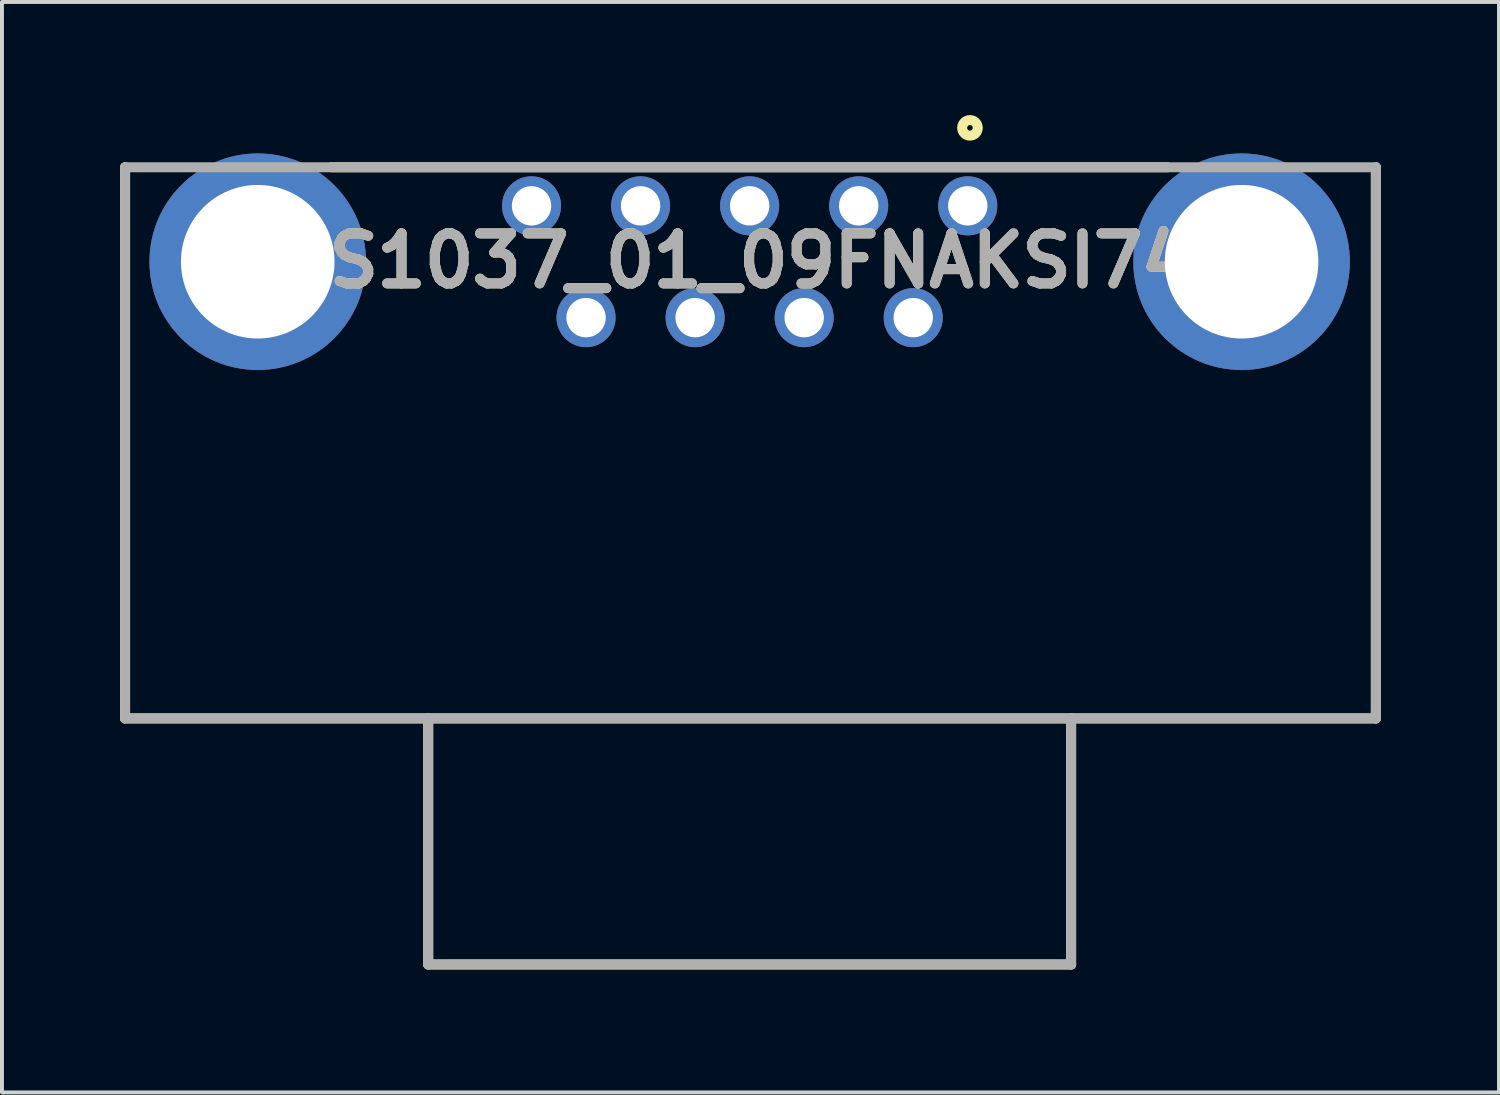
<source format=kicad_pcb>
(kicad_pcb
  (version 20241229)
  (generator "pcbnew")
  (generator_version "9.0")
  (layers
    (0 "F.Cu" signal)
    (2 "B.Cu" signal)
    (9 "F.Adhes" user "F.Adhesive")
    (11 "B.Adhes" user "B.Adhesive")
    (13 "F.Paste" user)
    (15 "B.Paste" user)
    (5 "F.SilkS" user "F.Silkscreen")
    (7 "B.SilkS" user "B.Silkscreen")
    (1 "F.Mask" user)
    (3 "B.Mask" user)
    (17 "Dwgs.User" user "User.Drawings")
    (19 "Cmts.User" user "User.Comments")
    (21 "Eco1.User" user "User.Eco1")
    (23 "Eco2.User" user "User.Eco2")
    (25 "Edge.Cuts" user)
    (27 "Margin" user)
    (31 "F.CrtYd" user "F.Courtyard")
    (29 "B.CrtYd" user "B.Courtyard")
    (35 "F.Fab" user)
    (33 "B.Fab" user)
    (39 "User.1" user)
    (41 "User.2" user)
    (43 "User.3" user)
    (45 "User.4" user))
  (footprint "DS1037_01_09FNAKSI74"
    (layer "F.Cu")
    (at 15.991 21.448)
    (property "Reference" "DS1037_01_09FNAKSI74" (at -0.376 -17.874 0) (layer "F.SilkS") (effects (font (size 1.27 1.27) (thickness 0.254))))
    (attr through_hole)
    (fp_line (start -15.864 -20.25) (end -15.864 -6.25) (stroke (width 0.254) (type solid)) (layer "F.SilkS"))
    (fp_line (start -15.864 -6.25) (end 15.906 -6.25) (stroke (width 0.254) (type solid)) (layer "F.SilkS"))
    (fp_line (start -10.623 -20.25) (end 10.623 -20.25) (stroke (width 0.254) (type solid)) (layer "F.SilkS"))
    (fp_line (start -8.165 -6.25) (end -8.165 0) (stroke (width 0.254) (type solid)) (layer "F.SilkS"))
    (fp_line (start -8.165 0) (end 8.165 0) (stroke (width 0.254) (type solid)) (layer "F.SilkS"))
    (fp_line (start 8.165 0) (end 8.165 -6.25) (stroke (width 0.254) (type solid)) (layer "F.SilkS"))
    (fp_line (start 15.906 -6.25) (end 15.906 -20.25) (stroke (width 0.254) (type solid)) (layer "F.SilkS"))
    (fp_circle (center 5.596 -21.25) (end 5.596 -21.179) (stroke (width 0.254) (type solid)) (fill no) (layer "F.SilkS"))
    (fp_line (start -15.864 -20.25) (end 15.906 -20.25) (stroke (width 0.254) (type solid)) (layer "F.Fab"))
    (fp_line (start -15.864 -6.25) (end -15.864 -20.25) (stroke (width 0.254) (type solid)) (layer "F.Fab"))
    (fp_line (start -8.165 -6.25) (end -8.165 0) (stroke (width 0.254) (type solid)) (layer "F.Fab"))
    (fp_line (start -8.165 0) (end 8.165 0) (stroke (width 0.254) (type solid)) (layer "F.Fab"))
    (fp_line (start 8.165 0) (end 8.165 -6.25) (stroke (width 0.254) (type solid)) (layer "F.Fab"))
    (fp_line (start 15.906 -20.25) (end 15.906 -6.25) (stroke (width 0.254) (type solid)) (layer "F.Fab"))
    (fp_line (start 15.906 -6.25) (end -15.864 -6.25) (stroke (width 0.254) (type solid)) (layer "F.Fab"))
    (fp_text user "${REFERENCE}" (at -0.376 -17.874 0) (layer "F.Fab") (effects (font (size 1.27 1.27) (thickness 0.254))))
    (pad "1" thru_hole circle (at 5.54 -19.27) (size 1.5 1.5) (drill 1) (layers "*.Cu" "*.Mask"))
    (pad "2" thru_hole circle (at 2.77 -19.27) (size 1.5 1.5) (drill 1) (layers "*.Cu" "*.Mask"))
    (pad "3" thru_hole circle (at 0 -19.27) (size 1.5 1.5) (drill 1) (layers "*.Cu" "*.Mask"))
    (pad "4" thru_hole circle (at -2.77 -19.27) (size 1.5 1.5) (drill 1) (layers "*.Cu" "*.Mask"))
    (pad "5" thru_hole circle (at -5.54 -19.27) (size 1.5 1.5) (drill 1) (layers "*.Cu" "*.Mask"))
    (pad "6" thru_hole circle (at 4.155 -16.43) (size 1.5 1.5) (drill 1) (layers "*.Cu" "*.Mask"))
    (pad "7" thru_hole circle (at 1.385 -16.43) (size 1.5 1.5) (drill 1) (layers "*.Cu" "*.Mask"))
    (pad "8" thru_hole circle (at -1.385 -16.43) (size 1.5 1.5) (drill 1) (layers "*.Cu" "*.Mask"))
    (pad "9" thru_hole circle (at -4.155 -16.43) (size 1.5 1.5) (drill 1) (layers "*.Cu" "*.Mask"))
    (pad "10" thru_hole circle (at -12.495 -17.85) (size 5.5 5.5) (drill 3.9) (layers "*.Cu" "*.Mask"))
    (pad "11" thru_hole circle (at 12.495 -17.85) (size 5.5 5.5) (drill 3.9) (layers "*.Cu" "*.Mask")))
  (gr_rect
    (start -3 -3)
    (end 35.024 24.698)
    (stroke (width 0.1) (type default))
    (fill no)
    (layer "Edge.Cuts")))
</source>
